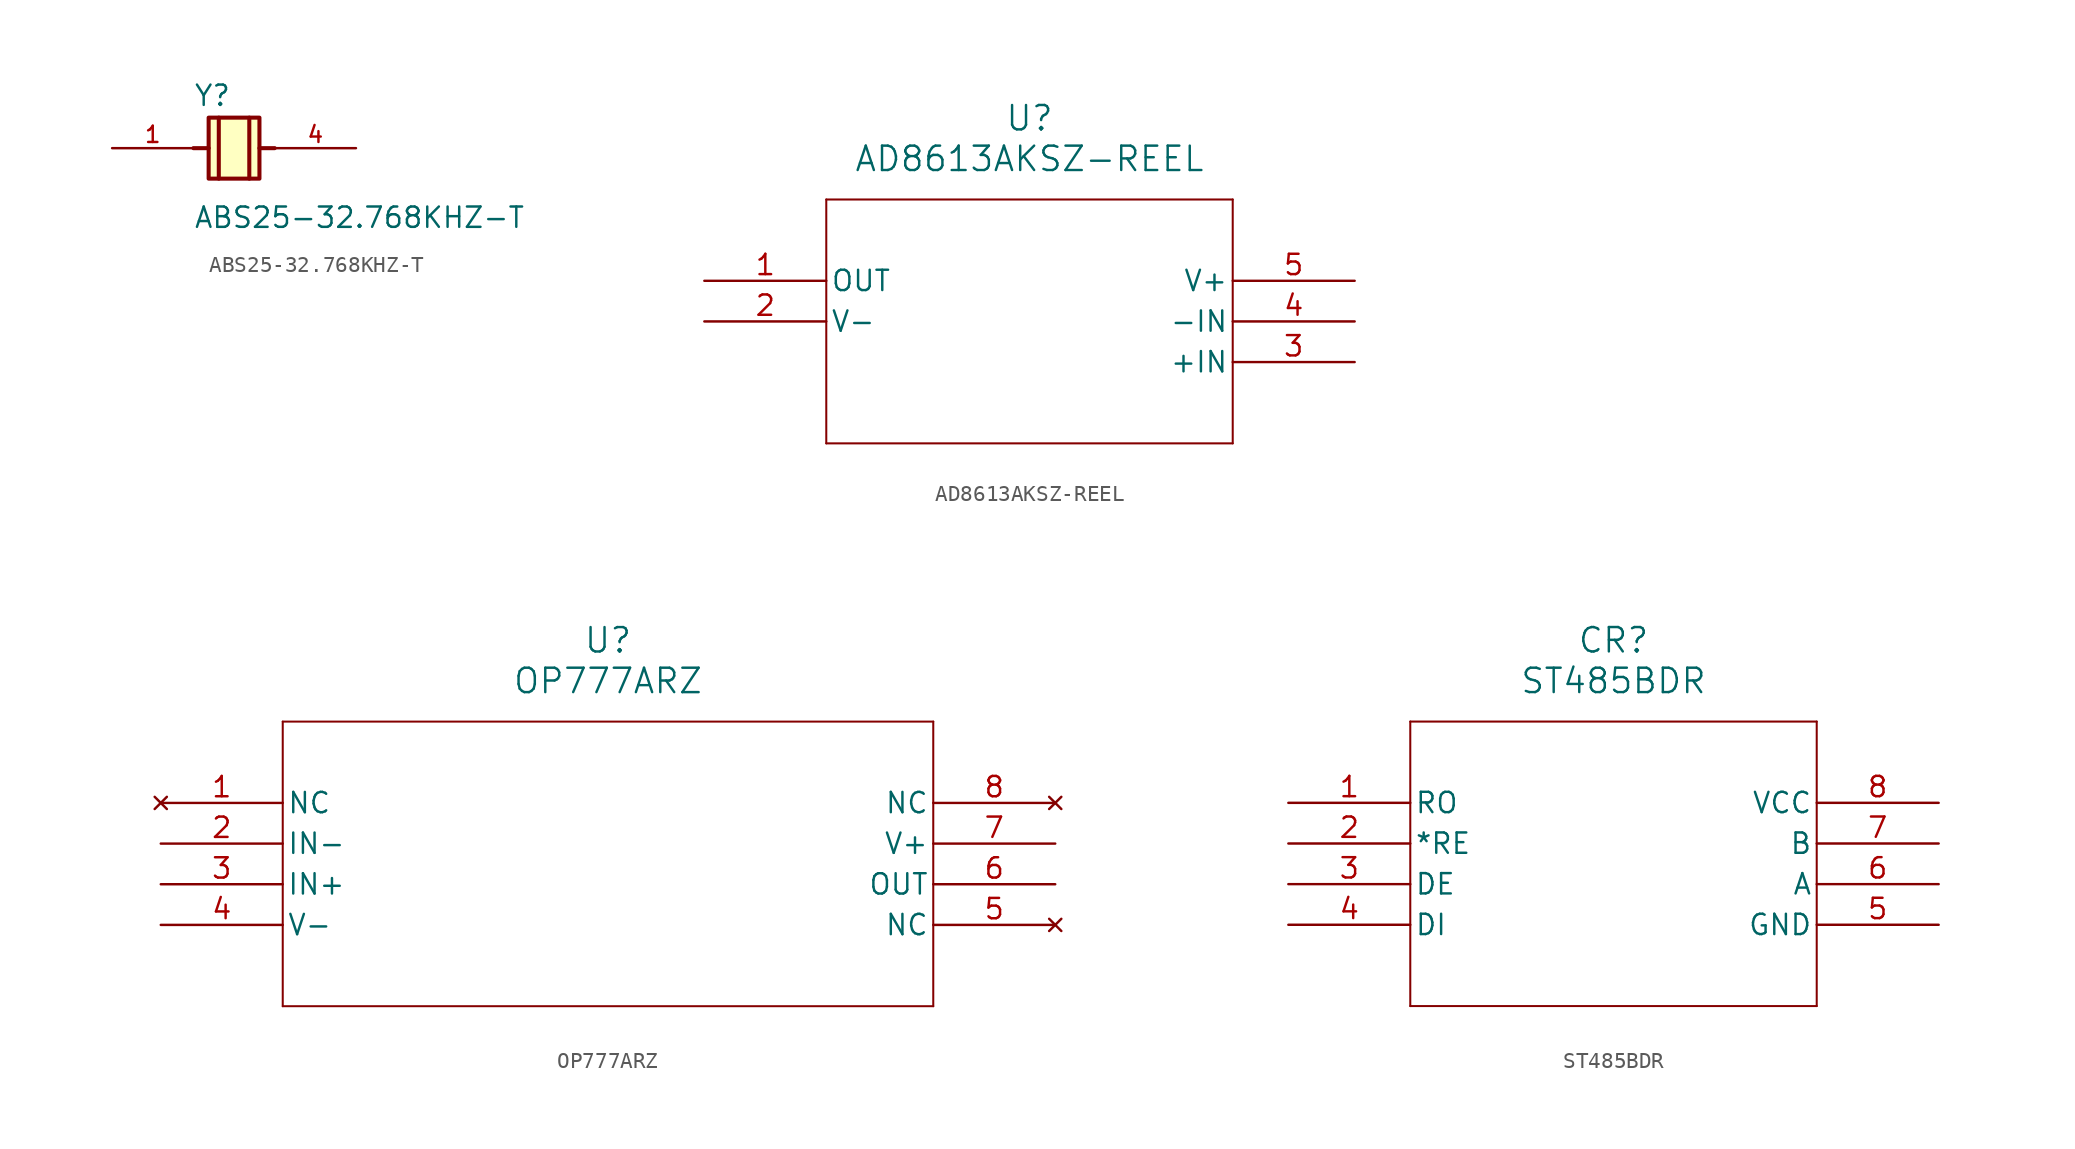
<source format=kicad_sym>
(kicad_symbol_lib
  (version 20241209)
  (generator "kicad_symbol_editor")
  (generator_version "9.0")
  (symbol "ABS25-32.768KHZ-T"
    (pin_names
      (offset 1.016))
    (property "Reference" "Y"
      (at -2.54 2.54 0)
      (effects (font (size 1.27 1.27)) (justify left bottom)))
    (property "Value" "ABS25-32.768KHZ-T"
      (at -2.54 -5.08 0)
      (effects (font (size 1.27 1.27)) (justify left bottom)))
    (symbol "ABS25-32.768KHZ-T_0_0"
      (polyline (pts (xy -1.587 0) (xy -2.54 0)) (stroke (width 0.254) (type default)) (fill (type none)))
      (rectangle (start -1.587 -1.905) (end 1.587 1.905) (stroke (width 0.254) (type default)) (fill (type background)))
      (polyline (pts (xy -0.953 -1.905) (xy -0.953 1.905)) (stroke (width 0.254) (type default)) (fill (type none)))
      (polyline (pts (xy 0.953 1.905) (xy 0.953 -1.905)) (stroke (width 0.254) (type default)) (fill (type none)))
      (polyline (pts (xy 1.587 0) (xy 2.54 0)) (stroke (width 0.254) (type default)) (fill (type none)))
      (pin passive line (at -7.62 0 0) (length 5.08) (name "~" (effects (font (size 1.016 1.016)))) (number "1" (effects (font (size 1.016 1.016)))))
      (pin passive line (at 7.62 0 180) (length 5.08) (name "~" (effects (font (size 1.016 1.016)))) (number "4" (effects (font (size 1.016 1.016)))))))
  (symbol "AD8613AKSZ-REEL"
    (pin_names
      (offset 0.254))
    (property "Reference" "U"
      (at 20.32 10.16 0)
      (effects (font (size 1.524 1.524))))
    (property "Value" "AD8613AKSZ-REEL"
      (at 20.32 7.62 0)
      (effects (font (size 1.524 1.524))))
    (property "ki_locked" ""
      (at 0 0 0)
      (effects (font (size 1.27 1.27))))
    (symbol "AD8613AKSZ-REEL_0_1"
      (polyline (pts (xy 7.62 5.08) (xy 7.62 -10.16)) (stroke (width 0.127) (type default)) (fill (type none)))
      (polyline (pts (xy 7.62 -10.16) (xy 33.02 -10.16)) (stroke (width 0.127) (type default)) (fill (type none)))
      (polyline (pts (xy 33.02 5.08) (xy 7.62 5.08)) (stroke (width 0.127) (type default)) (fill (type none)))
      (polyline (pts (xy 33.02 -10.16) (xy 33.02 5.08)) (stroke (width 0.127) (type default)) (fill (type none)))
      (pin output line (at 0 0 0) (length 7.62) (name "OUT" (effects (font (size 1.27 1.27)))) (number "1" (effects (font (size 1.27 1.27)))))
      (pin power_in line (at 0 -2.54 0) (length 7.62) (name "V-" (effects (font (size 1.27 1.27)))) (number "2" (effects (font (size 1.27 1.27)))))
      (pin power_in line (at 40.64 0 180) (length 7.62) (name "V+" (effects (font (size 1.27 1.27)))) (number "5" (effects (font (size 1.27 1.27)))))
      (pin input line (at 40.64 -2.54 180) (length 7.62) (name "-IN" (effects (font (size 1.27 1.27)))) (number "4" (effects (font (size 1.27 1.27)))))
      (pin input line (at 40.64 -5.08 180) (length 7.62) (name "+IN" (effects (font (size 1.27 1.27)))) (number "3" (effects (font (size 1.27 1.27)))))))
  (symbol "OP777ARZ"
    (pin_names
      (offset 0.254))
    (property "Reference" "U"
      (at 27.94 10.16 0)
      (effects (font (size 1.524 1.524))))
    (property "Value" "OP777ARZ"
      (at 27.94 7.62 0)
      (effects (font (size 1.524 1.524))))
    (property "ki_locked" ""
      (at 0 0 0)
      (effects (font (size 1.27 1.27))))
    (symbol "OP777ARZ_0_1"
      (polyline (pts (xy 7.62 5.08) (xy 7.62 -12.7)) (stroke (width 0.127) (type default)) (fill (type none)))
      (polyline (pts (xy 7.62 -12.7) (xy 48.26 -12.7)) (stroke (width 0.127) (type default)) (fill (type none)))
      (polyline (pts (xy 48.26 5.08) (xy 7.62 5.08)) (stroke (width 0.127) (type default)) (fill (type none)))
      (polyline (pts (xy 48.26 -12.7) (xy 48.26 5.08)) (stroke (width 0.127) (type default)) (fill (type none)))
      (pin no_connect line (at 0 0 0) (length 7.62) (name "NC" (effects (font (size 1.27 1.27)))) (number "1" (effects (font (size 1.27 1.27)))))
      (pin input line (at 0 -2.54 0) (length 7.62) (name "IN-" (effects (font (size 1.27 1.27)))) (number "2" (effects (font (size 1.27 1.27)))))
      (pin input line (at 0 -5.08 0) (length 7.62) (name "IN+" (effects (font (size 1.27 1.27)))) (number "3" (effects (font (size 1.27 1.27)))))
      (pin power_in line (at 0 -7.62 0) (length 7.62) (name "V-" (effects (font (size 1.27 1.27)))) (number "4" (effects (font (size 1.27 1.27)))))
      (pin no_connect line (at 55.88 0 180) (length 7.62) (name "NC" (effects (font (size 1.27 1.27)))) (number "8" (effects (font (size 1.27 1.27)))))
      (pin power_in line (at 55.88 -2.54 180) (length 7.62) (name "V+" (effects (font (size 1.27 1.27)))) (number "7" (effects (font (size 1.27 1.27)))))
      (pin output line (at 55.88 -5.08 180) (length 7.62) (name "OUT" (effects (font (size 1.27 1.27)))) (number "6" (effects (font (size 1.27 1.27)))))
      (pin no_connect line (at 55.88 -7.62 180) (length 7.62) (name "NC" (effects (font (size 1.27 1.27)))) (number "5" (effects (font (size 1.27 1.27)))))))
  (symbol "ST485BDR"
    (pin_names
      (offset 0.254))
    (property "Reference" "CR"
      (at 20.32 10.16 0)
      (effects (font (size 1.524 1.524))))
    (property "Value" "ST485BDR"
      (at 20.32 7.62 0)
      (effects (font (size 1.524 1.524))))
    (property "ki_locked" ""
      (at 0 0 0)
      (effects (font (size 1.27 1.27))))
    (symbol "ST485BDR_0_1"
      (polyline (pts (xy 7.62 5.08) (xy 7.62 -12.7)) (stroke (width 0.127) (type default)) (fill (type none)))
      (polyline (pts (xy 7.62 -12.7) (xy 33.02 -12.7)) (stroke (width 0.127) (type default)) (fill (type none)))
      (polyline (pts (xy 33.02 5.08) (xy 7.62 5.08)) (stroke (width 0.127) (type default)) (fill (type none)))
      (polyline (pts (xy 33.02 -12.7) (xy 33.02 5.08)) (stroke (width 0.127) (type default)) (fill (type none)))
      (pin output line (at 0 0 0) (length 7.62) (name "RO" (effects (font (size 1.27 1.27)))) (number "1" (effects (font (size 1.27 1.27)))))
      (pin output line (at 0 -2.54 0) (length 7.62) (name "*RE" (effects (font (size 1.27 1.27)))) (number "2" (effects (font (size 1.27 1.27)))))
      (pin output line (at 0 -5.08 0) (length 7.62) (name "DE" (effects (font (size 1.27 1.27)))) (number "3" (effects (font (size 1.27 1.27)))))
      (pin input line (at 0 -7.62 0) (length 7.62) (name "DI" (effects (font (size 1.27 1.27)))) (number "4" (effects (font (size 1.27 1.27)))))
      (pin power_in line (at 40.64 0 180) (length 7.62) (name "VCC" (effects (font (size 1.27 1.27)))) (number "8" (effects (font (size 1.27 1.27)))))
      (pin bidirectional line (at 40.64 -2.54 180) (length 7.62) (name "B" (effects (font (size 1.27 1.27)))) (number "7" (effects (font (size 1.27 1.27)))))
      (pin bidirectional line (at 40.64 -5.08 180) (length 7.62) (name "A" (effects (font (size 1.27 1.27)))) (number "6" (effects (font (size 1.27 1.27)))))
      (pin power_in line (at 40.64 -7.62 180) (length 7.62) (name "GND" (effects (font (size 1.27 1.27)))) (number "5" (effects (font (size 1.27 1.27))))))))
</source>
